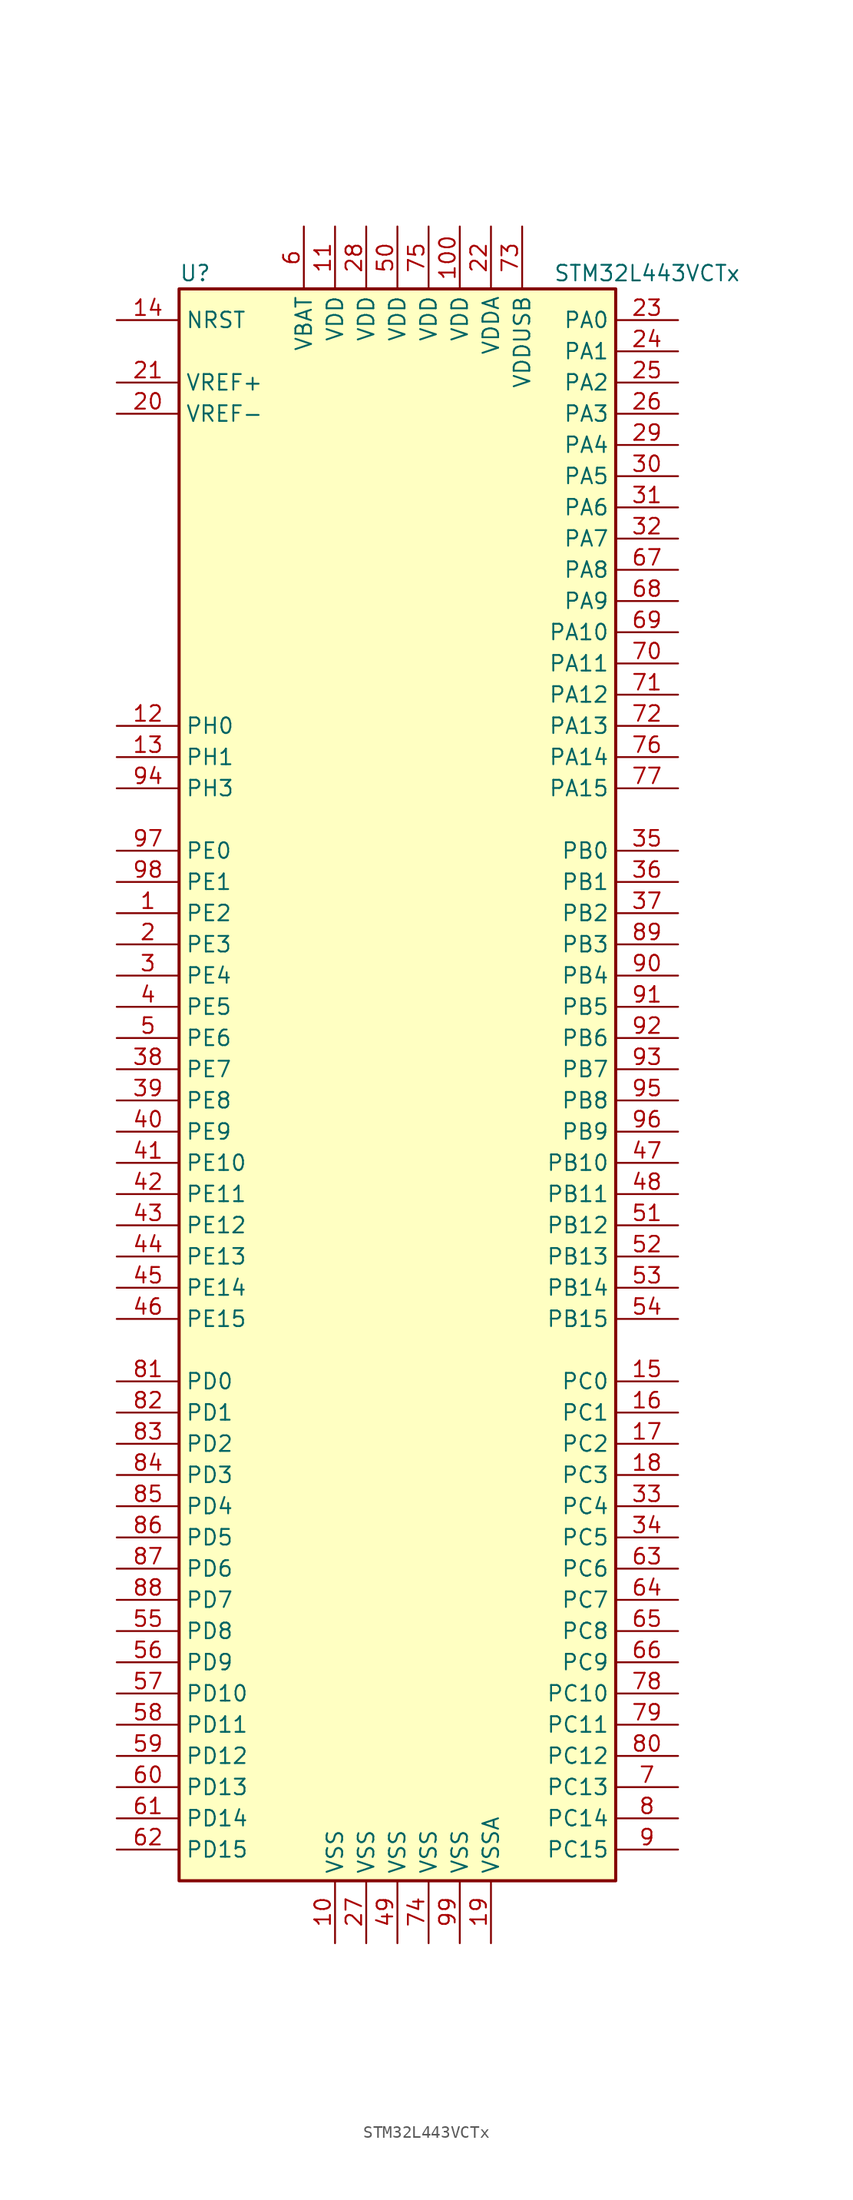
<source format=kicad_sym>
(kicad_symbol_lib
  (version 20201005)
  (generator kicad_symbol_editor)
  (symbol "STM32L443VCTx"
    (property "Reference" "U"
      (at -17.78 64.77 0)
      (effects (font (size 1.27 1.27)) (justify left)))
    (property "Value" "STM32L443VCTx"
      (at 12.7 64.77 0)
      (effects (font (size 1.27 1.27)) (justify left)))
    (symbol "STM32L443VCTx_0_1"
      (rectangle (start -17.78 -66.04) (end 17.78 63.5) (stroke (width 0.254)) (fill (type background))))
    (symbol "STM32L443VCTx_1_1"
      (pin bidirectional line (at -22.86 12.7 0) (length 5.08) (name "PE2" (effects (font (size 1.27 1.27)))) (number "1" (effects (font (size 1.27 1.27)))))
      (pin power_in line (at -5.08 -71.12 90) (length 5.08) (name "VSS" (effects (font (size 1.27 1.27)))) (number "10" (effects (font (size 1.27 1.27)))))
      (pin power_in line (at 5.08 68.58 270) (length 5.08) (name "VDD" (effects (font (size 1.27 1.27)))) (number "100" (effects (font (size 1.27 1.27)))))
      (pin power_in line (at -5.08 68.58 270) (length 5.08) (name "VDD" (effects (font (size 1.27 1.27)))) (number "11" (effects (font (size 1.27 1.27)))))
      (pin input line (at -22.86 27.94 0) (length 5.08) (name "PH0" (effects (font (size 1.27 1.27)))) (number "12" (effects (font (size 1.27 1.27)))))
      (pin input line (at -22.86 25.4 0) (length 5.08) (name "PH1" (effects (font (size 1.27 1.27)))) (number "13" (effects (font (size 1.27 1.27)))))
      (pin input line (at -22.86 60.96 0) (length 5.08) (name "NRST" (effects (font (size 1.27 1.27)))) (number "14" (effects (font (size 1.27 1.27)))))
      (pin bidirectional line (at 22.86 -25.4 180) (length 5.08) (name "PC0" (effects (font (size 1.27 1.27)))) (number "15" (effects (font (size 1.27 1.27)))))
      (pin bidirectional line (at 22.86 -27.94 180) (length 5.08) (name "PC1" (effects (font (size 1.27 1.27)))) (number "16" (effects (font (size 1.27 1.27)))))
      (pin bidirectional line (at 22.86 -30.48 180) (length 5.08) (name "PC2" (effects (font (size 1.27 1.27)))) (number "17" (effects (font (size 1.27 1.27)))))
      (pin bidirectional line (at 22.86 -33.02 180) (length 5.08) (name "PC3" (effects (font (size 1.27 1.27)))) (number "18" (effects (font (size 1.27 1.27)))))
      (pin power_in line (at 7.62 -71.12 90) (length 5.08) (name "VSSA" (effects (font (size 1.27 1.27)))) (number "19" (effects (font (size 1.27 1.27)))))
      (pin bidirectional line (at -22.86 10.16 0) (length 5.08) (name "PE3" (effects (font (size 1.27 1.27)))) (number "2" (effects (font (size 1.27 1.27)))))
      (pin power_in line (at -22.86 53.34 0) (length 5.08) (name "VREF-" (effects (font (size 1.27 1.27)))) (number "20" (effects (font (size 1.27 1.27)))))
      (pin bidirectional line (at -22.86 55.88 0) (length 5.08) (name "VREF+" (effects (font (size 1.27 1.27)))) (number "21" (effects (font (size 1.27 1.27)))))
      (pin power_in line (at 7.62 68.58 270) (length 5.08) (name "VDDA" (effects (font (size 1.27 1.27)))) (number "22" (effects (font (size 1.27 1.27)))))
      (pin bidirectional line (at 22.86 60.96 180) (length 5.08) (name "PA0" (effects (font (size 1.27 1.27)))) (number "23" (effects (font (size 1.27 1.27)))))
      (pin bidirectional line (at 22.86 58.42 180) (length 5.08) (name "PA1" (effects (font (size 1.27 1.27)))) (number "24" (effects (font (size 1.27 1.27)))))
      (pin bidirectional line (at 22.86 55.88 180) (length 5.08) (name "PA2" (effects (font (size 1.27 1.27)))) (number "25" (effects (font (size 1.27 1.27)))))
      (pin bidirectional line (at 22.86 53.34 180) (length 5.08) (name "PA3" (effects (font (size 1.27 1.27)))) (number "26" (effects (font (size 1.27 1.27)))))
      (pin power_in line (at -2.54 -71.12 90) (length 5.08) (name "VSS" (effects (font (size 1.27 1.27)))) (number "27" (effects (font (size 1.27 1.27)))))
      (pin power_in line (at -2.54 68.58 270) (length 5.08) (name "VDD" (effects (font (size 1.27 1.27)))) (number "28" (effects (font (size 1.27 1.27)))))
      (pin bidirectional line (at 22.86 50.8 180) (length 5.08) (name "PA4" (effects (font (size 1.27 1.27)))) (number "29" (effects (font (size 1.27 1.27)))))
      (pin bidirectional line (at -22.86 7.62 0) (length 5.08) (name "PE4" (effects (font (size 1.27 1.27)))) (number "3" (effects (font (size 1.27 1.27)))))
      (pin bidirectional line (at 22.86 48.26 180) (length 5.08) (name "PA5" (effects (font (size 1.27 1.27)))) (number "30" (effects (font (size 1.27 1.27)))))
      (pin bidirectional line (at 22.86 45.72 180) (length 5.08) (name "PA6" (effects (font (size 1.27 1.27)))) (number "31" (effects (font (size 1.27 1.27)))))
      (pin bidirectional line (at 22.86 43.18 180) (length 5.08) (name "PA7" (effects (font (size 1.27 1.27)))) (number "32" (effects (font (size 1.27 1.27)))))
      (pin bidirectional line (at 22.86 -35.56 180) (length 5.08) (name "PC4" (effects (font (size 1.27 1.27)))) (number "33" (effects (font (size 1.27 1.27)))))
      (pin bidirectional line (at 22.86 -38.1 180) (length 5.08) (name "PC5" (effects (font (size 1.27 1.27)))) (number "34" (effects (font (size 1.27 1.27)))))
      (pin bidirectional line (at 22.86 17.78 180) (length 5.08) (name "PB0" (effects (font (size 1.27 1.27)))) (number "35" (effects (font (size 1.27 1.27)))))
      (pin bidirectional line (at 22.86 15.24 180) (length 5.08) (name "PB1" (effects (font (size 1.27 1.27)))) (number "36" (effects (font (size 1.27 1.27)))))
      (pin bidirectional line (at 22.86 12.7 180) (length 5.08) (name "PB2" (effects (font (size 1.27 1.27)))) (number "37" (effects (font (size 1.27 1.27)))))
      (pin bidirectional line (at -22.86 0 0) (length 5.08) (name "PE7" (effects (font (size 1.27 1.27)))) (number "38" (effects (font (size 1.27 1.27)))))
      (pin bidirectional line (at -22.86 -2.54 0) (length 5.08) (name "PE8" (effects (font (size 1.27 1.27)))) (number "39" (effects (font (size 1.27 1.27)))))
      (pin bidirectional line (at -22.86 5.08 0) (length 5.08) (name "PE5" (effects (font (size 1.27 1.27)))) (number "4" (effects (font (size 1.27 1.27)))))
      (pin bidirectional line (at -22.86 -5.08 0) (length 5.08) (name "PE9" (effects (font (size 1.27 1.27)))) (number "40" (effects (font (size 1.27 1.27)))))
      (pin bidirectional line (at -22.86 -7.62 0) (length 5.08) (name "PE10" (effects (font (size 1.27 1.27)))) (number "41" (effects (font (size 1.27 1.27)))))
      (pin bidirectional line (at -22.86 -10.16 0) (length 5.08) (name "PE11" (effects (font (size 1.27 1.27)))) (number "42" (effects (font (size 1.27 1.27)))))
      (pin bidirectional line (at -22.86 -12.7 0) (length 5.08) (name "PE12" (effects (font (size 1.27 1.27)))) (number "43" (effects (font (size 1.27 1.27)))))
      (pin bidirectional line (at -22.86 -15.24 0) (length 5.08) (name "PE13" (effects (font (size 1.27 1.27)))) (number "44" (effects (font (size 1.27 1.27)))))
      (pin bidirectional line (at -22.86 -17.78 0) (length 5.08) (name "PE14" (effects (font (size 1.27 1.27)))) (number "45" (effects (font (size 1.27 1.27)))))
      (pin bidirectional line (at -22.86 -20.32 0) (length 5.08) (name "PE15" (effects (font (size 1.27 1.27)))) (number "46" (effects (font (size 1.27 1.27)))))
      (pin bidirectional line (at 22.86 -7.62 180) (length 5.08) (name "PB10" (effects (font (size 1.27 1.27)))) (number "47" (effects (font (size 1.27 1.27)))))
      (pin bidirectional line (at 22.86 -10.16 180) (length 5.08) (name "PB11" (effects (font (size 1.27 1.27)))) (number "48" (effects (font (size 1.27 1.27)))))
      (pin power_in line (at 0 -71.12 90) (length 5.08) (name "VSS" (effects (font (size 1.27 1.27)))) (number "49" (effects (font (size 1.27 1.27)))))
      (pin bidirectional line (at -22.86 2.54 0) (length 5.08) (name "PE6" (effects (font (size 1.27 1.27)))) (number "5" (effects (font (size 1.27 1.27)))))
      (pin power_in line (at 0 68.58 270) (length 5.08) (name "VDD" (effects (font (size 1.27 1.27)))) (number "50" (effects (font (size 1.27 1.27)))))
      (pin bidirectional line (at 22.86 -12.7 180) (length 5.08) (name "PB12" (effects (font (size 1.27 1.27)))) (number "51" (effects (font (size 1.27 1.27)))))
      (pin bidirectional line (at 22.86 -15.24 180) (length 5.08) (name "PB13" (effects (font (size 1.27 1.27)))) (number "52" (effects (font (size 1.27 1.27)))))
      (pin bidirectional line (at 22.86 -17.78 180) (length 5.08) (name "PB14" (effects (font (size 1.27 1.27)))) (number "53" (effects (font (size 1.27 1.27)))))
      (pin bidirectional line (at 22.86 -20.32 180) (length 5.08) (name "PB15" (effects (font (size 1.27 1.27)))) (number "54" (effects (font (size 1.27 1.27)))))
      (pin bidirectional line (at -22.86 -45.72 0) (length 5.08) (name "PD8" (effects (font (size 1.27 1.27)))) (number "55" (effects (font (size 1.27 1.27)))))
      (pin bidirectional line (at -22.86 -48.26 0) (length 5.08) (name "PD9" (effects (font (size 1.27 1.27)))) (number "56" (effects (font (size 1.27 1.27)))))
      (pin bidirectional line (at -22.86 -50.8 0) (length 5.08) (name "PD10" (effects (font (size 1.27 1.27)))) (number "57" (effects (font (size 1.27 1.27)))))
      (pin bidirectional line (at -22.86 -53.34 0) (length 5.08) (name "PD11" (effects (font (size 1.27 1.27)))) (number "58" (effects (font (size 1.27 1.27)))))
      (pin bidirectional line (at -22.86 -55.88 0) (length 5.08) (name "PD12" (effects (font (size 1.27 1.27)))) (number "59" (effects (font (size 1.27 1.27)))))
      (pin power_in line (at -7.62 68.58 270) (length 5.08) (name "VBAT" (effects (font (size 1.27 1.27)))) (number "6" (effects (font (size 1.27 1.27)))))
      (pin bidirectional line (at -22.86 -58.42 0) (length 5.08) (name "PD13" (effects (font (size 1.27 1.27)))) (number "60" (effects (font (size 1.27 1.27)))))
      (pin bidirectional line (at -22.86 -60.96 0) (length 5.08) (name "PD14" (effects (font (size 1.27 1.27)))) (number "61" (effects (font (size 1.27 1.27)))))
      (pin bidirectional line (at -22.86 -63.5 0) (length 5.08) (name "PD15" (effects (font (size 1.27 1.27)))) (number "62" (effects (font (size 1.27 1.27)))))
      (pin bidirectional line (at 22.86 -40.64 180) (length 5.08) (name "PC6" (effects (font (size 1.27 1.27)))) (number "63" (effects (font (size 1.27 1.27)))))
      (pin bidirectional line (at 22.86 -43.18 180) (length 5.08) (name "PC7" (effects (font (size 1.27 1.27)))) (number "64" (effects (font (size 1.27 1.27)))))
      (pin bidirectional line (at 22.86 -45.72 180) (length 5.08) (name "PC8" (effects (font (size 1.27 1.27)))) (number "65" (effects (font (size 1.27 1.27)))))
      (pin bidirectional line (at 22.86 -48.26 180) (length 5.08) (name "PC9" (effects (font (size 1.27 1.27)))) (number "66" (effects (font (size 1.27 1.27)))))
      (pin bidirectional line (at 22.86 40.64 180) (length 5.08) (name "PA8" (effects (font (size 1.27 1.27)))) (number "67" (effects (font (size 1.27 1.27)))))
      (pin bidirectional line (at 22.86 38.1 180) (length 5.08) (name "PA9" (effects (font (size 1.27 1.27)))) (number "68" (effects (font (size 1.27 1.27)))))
      (pin bidirectional line (at 22.86 35.56 180) (length 5.08) (name "PA10" (effects (font (size 1.27 1.27)))) (number "69" (effects (font (size 1.27 1.27)))))
      (pin bidirectional line (at 22.86 -58.42 180) (length 5.08) (name "PC13" (effects (font (size 1.27 1.27)))) (number "7" (effects (font (size 1.27 1.27)))))
      (pin bidirectional line (at 22.86 33.02 180) (length 5.08) (name "PA11" (effects (font (size 1.27 1.27)))) (number "70" (effects (font (size 1.27 1.27)))))
      (pin bidirectional line (at 22.86 30.48 180) (length 5.08) (name "PA12" (effects (font (size 1.27 1.27)))) (number "71" (effects (font (size 1.27 1.27)))))
      (pin bidirectional line (at 22.86 27.94 180) (length 5.08) (name "PA13" (effects (font (size 1.27 1.27)))) (number "72" (effects (font (size 1.27 1.27)))))
      (pin power_in line (at 10.16 68.58 270) (length 5.08) (name "VDDUSB" (effects (font (size 1.27 1.27)))) (number "73" (effects (font (size 1.27 1.27)))))
      (pin power_in line (at 2.54 -71.12 90) (length 5.08) (name "VSS" (effects (font (size 1.27 1.27)))) (number "74" (effects (font (size 1.27 1.27)))))
      (pin power_in line (at 2.54 68.58 270) (length 5.08) (name "VDD" (effects (font (size 1.27 1.27)))) (number "75" (effects (font (size 1.27 1.27)))))
      (pin bidirectional line (at 22.86 25.4 180) (length 5.08) (name "PA14" (effects (font (size 1.27 1.27)))) (number "76" (effects (font (size 1.27 1.27)))))
      (pin bidirectional line (at 22.86 22.86 180) (length 5.08) (name "PA15" (effects (font (size 1.27 1.27)))) (number "77" (effects (font (size 1.27 1.27)))))
      (pin bidirectional line (at 22.86 -50.8 180) (length 5.08) (name "PC10" (effects (font (size 1.27 1.27)))) (number "78" (effects (font (size 1.27 1.27)))))
      (pin bidirectional line (at 22.86 -53.34 180) (length 5.08) (name "PC11" (effects (font (size 1.27 1.27)))) (number "79" (effects (font (size 1.27 1.27)))))
      (pin bidirectional line (at 22.86 -60.96 180) (length 5.08) (name "PC14" (effects (font (size 1.27 1.27)))) (number "8" (effects (font (size 1.27 1.27)))))
      (pin bidirectional line (at 22.86 -55.88 180) (length 5.08) (name "PC12" (effects (font (size 1.27 1.27)))) (number "80" (effects (font (size 1.27 1.27)))))
      (pin bidirectional line (at -22.86 -25.4 0) (length 5.08) (name "PD0" (effects (font (size 1.27 1.27)))) (number "81" (effects (font (size 1.27 1.27)))))
      (pin bidirectional line (at -22.86 -27.94 0) (length 5.08) (name "PD1" (effects (font (size 1.27 1.27)))) (number "82" (effects (font (size 1.27 1.27)))))
      (pin bidirectional line (at -22.86 -30.48 0) (length 5.08) (name "PD2" (effects (font (size 1.27 1.27)))) (number "83" (effects (font (size 1.27 1.27)))))
      (pin bidirectional line (at -22.86 -33.02 0) (length 5.08) (name "PD3" (effects (font (size 1.27 1.27)))) (number "84" (effects (font (size 1.27 1.27)))))
      (pin bidirectional line (at -22.86 -35.56 0) (length 5.08) (name "PD4" (effects (font (size 1.27 1.27)))) (number "85" (effects (font (size 1.27 1.27)))))
      (pin bidirectional line (at -22.86 -38.1 0) (length 5.08) (name "PD5" (effects (font (size 1.27 1.27)))) (number "86" (effects (font (size 1.27 1.27)))))
      (pin bidirectional line (at -22.86 -40.64 0) (length 5.08) (name "PD6" (effects (font (size 1.27 1.27)))) (number "87" (effects (font (size 1.27 1.27)))))
      (pin bidirectional line (at -22.86 -43.18 0) (length 5.08) (name "PD7" (effects (font (size 1.27 1.27)))) (number "88" (effects (font (size 1.27 1.27)))))
      (pin bidirectional line (at 22.86 10.16 180) (length 5.08) (name "PB3" (effects (font (size 1.27 1.27)))) (number "89" (effects (font (size 1.27 1.27)))))
      (pin bidirectional line (at 22.86 -63.5 180) (length 5.08) (name "PC15" (effects (font (size 1.27 1.27)))) (number "9" (effects (font (size 1.27 1.27)))))
      (pin bidirectional line (at 22.86 7.62 180) (length 5.08) (name "PB4" (effects (font (size 1.27 1.27)))) (number "90" (effects (font (size 1.27 1.27)))))
      (pin bidirectional line (at 22.86 5.08 180) (length 5.08) (name "PB5" (effects (font (size 1.27 1.27)))) (number "91" (effects (font (size 1.27 1.27)))))
      (pin bidirectional line (at 22.86 2.54 180) (length 5.08) (name "PB6" (effects (font (size 1.27 1.27)))) (number "92" (effects (font (size 1.27 1.27)))))
      (pin bidirectional line (at 22.86 0 180) (length 5.08) (name "PB7" (effects (font (size 1.27 1.27)))) (number "93" (effects (font (size 1.27 1.27)))))
      (pin bidirectional line (at -22.86 22.86 0) (length 5.08) (name "PH3" (effects (font (size 1.27 1.27)))) (number "94" (effects (font (size 1.27 1.27)))))
      (pin bidirectional line (at 22.86 -2.54 180) (length 5.08) (name "PB8" (effects (font (size 1.27 1.27)))) (number "95" (effects (font (size 1.27 1.27)))))
      (pin bidirectional line (at 22.86 -5.08 180) (length 5.08) (name "PB9" (effects (font (size 1.27 1.27)))) (number "96" (effects (font (size 1.27 1.27)))))
      (pin bidirectional line (at -22.86 17.78 0) (length 5.08) (name "PE0" (effects (font (size 1.27 1.27)))) (number "97" (effects (font (size 1.27 1.27)))))
      (pin bidirectional line (at -22.86 15.24 0) (length 5.08) (name "PE1" (effects (font (size 1.27 1.27)))) (number "98" (effects (font (size 1.27 1.27)))))
      (pin power_in line (at 5.08 -71.12 90) (length 5.08) (name "VSS" (effects (font (size 1.27 1.27)))) (number "99" (effects (font (size 1.27 1.27))))))))
</source>
